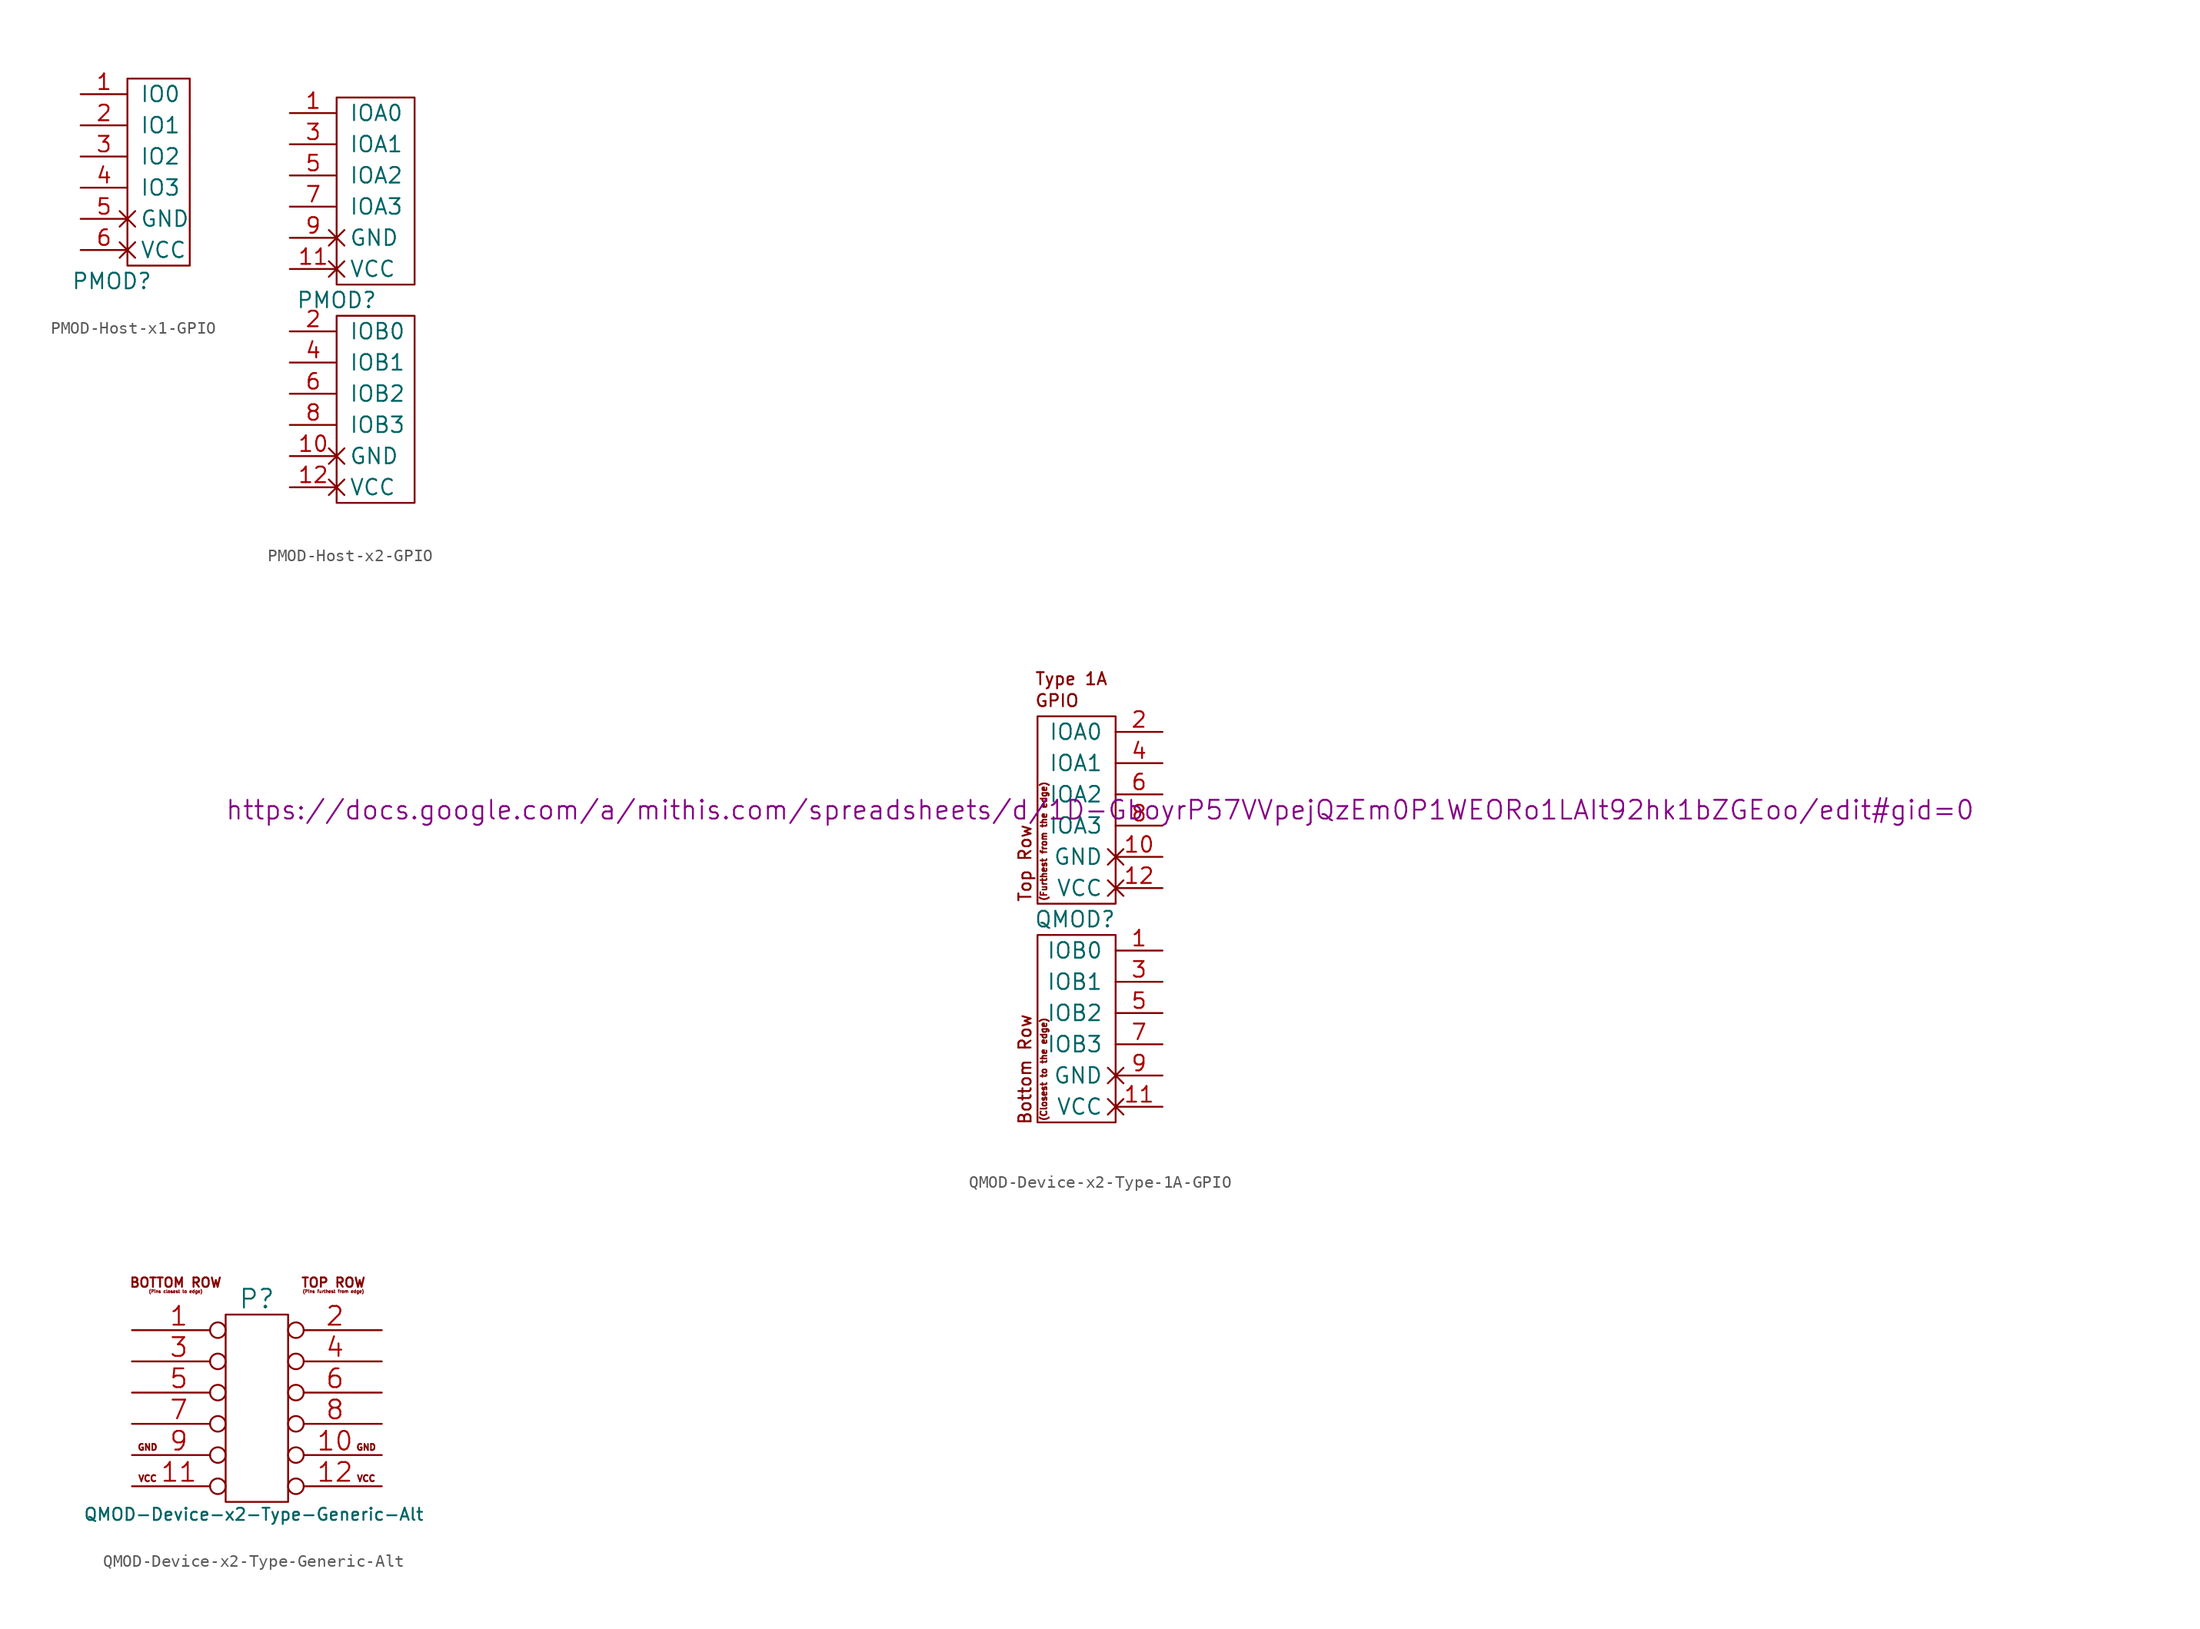
<source format=kicad_sym>
(kicad_symbol_lib
  (version 20231120)
  (generator "kicad_symbol_editor")
  (generator_version "8.0")
  (symbol "PMOD-Host-x1-GPIO"
    (pin_names
      (offset 1.016))
    (property "Reference" "PMOD"
      (at -1.27 -1.27 0)
      (effects (font (size 1.27 1.27))))
    (property "Footprint" ""
      (at 1.27 7.62 0)
      (effects (font (size 1.524 1.524))))
    (property "Datasheet" ""
      (at 1.27 7.62 0)
      (effects (font (size 1.524 1.524))))
    (symbol "PMOD-Host-x1-GPIO_0_1"
      (rectangle (start 0 15.24) (end 5.08 0) (stroke (width 0) (type solid)) (fill (type none))))
    (symbol "PMOD-Host-x1-GPIO_1_1"
      (pin bidirectional line (at -3.81 13.97 0) (length 3.81) (name "IO0" (effects (font (size 1.27 1.27)))) (number "1" (effects (font (size 1.27 1.27)))))
      (pin bidirectional line (at -3.81 11.43 0) (length 3.81) (name "IO1" (effects (font (size 1.27 1.27)))) (number "2" (effects (font (size 1.27 1.27)))))
      (pin bidirectional line (at -3.81 8.89 0) (length 3.81) (name "IO2" (effects (font (size 1.27 1.27)))) (number "3" (effects (font (size 1.27 1.27)))))
      (pin bidirectional line (at -3.81 6.35 0) (length 3.81) (name "IO3" (effects (font (size 1.27 1.27)))) (number "4" (effects (font (size 1.27 1.27)))))
      (pin power_in non_logic (at -3.81 3.81 0) (length 3.81) (name "GND" (effects (font (size 1.27 1.27)))) (number "5" (effects (font (size 1.27 1.27)))))
      (pin power_in non_logic (at -3.81 1.27 0) (length 3.81) (name "VCC" (effects (font (size 1.27 1.27)))) (number "6" (effects (font (size 1.27 1.27)))))))
  (symbol "PMOD-Host-x2-GPIO"
    (pin_names
      (offset 1.016))
    (property "Reference" "PMOD"
      (at 0 -1.27 0)
      (effects (font (size 1.27 1.27))))
    (property "Footprint" ""
      (at 1.27 7.62 0)
      (effects (font (size 1.524 1.524))))
    (property "Datasheet" ""
      (at 1.27 7.62 0)
      (effects (font (size 1.524 1.524))))
    (symbol "PMOD-Host-x2-GPIO_0_1"
      (rectangle (start 0 15.24) (end 6.35 0) (stroke (width 0) (type solid)) (fill (type none)))
      (rectangle (start 6.35 -2.54) (end 0 -17.78) (stroke (width 0) (type solid)) (fill (type none))))
    (symbol "PMOD-Host-x2-GPIO_1_1"
      (pin bidirectional line (at -3.81 13.97 0) (length 3.81) (name "IOA0" (effects (font (size 1.27 1.27)))) (number "1" (effects (font (size 1.27 1.27)))))
      (pin power_in non_logic (at -3.81 -13.97 0) (length 3.81) (name "GND" (effects (font (size 1.27 1.27)))) (number "10" (effects (font (size 1.27 1.27)))))
      (pin power_in non_logic (at -3.81 1.27 0) (length 3.81) (name "VCC" (effects (font (size 1.27 1.27)))) (number "11" (effects (font (size 1.27 1.27)))))
      (pin power_in non_logic (at -3.81 -16.51 0) (length 3.81) (name "VCC" (effects (font (size 1.27 1.27)))) (number "12" (effects (font (size 1.27 1.27)))))
      (pin bidirectional line (at -3.81 -3.81 0) (length 3.81) (name "IOB0" (effects (font (size 1.27 1.27)))) (number "2" (effects (font (size 1.27 1.27)))))
      (pin bidirectional line (at -3.81 11.43 0) (length 3.81) (name "IOA1" (effects (font (size 1.27 1.27)))) (number "3" (effects (font (size 1.27 1.27)))))
      (pin bidirectional line (at -3.81 -6.35 0) (length 3.81) (name "IOB1" (effects (font (size 1.27 1.27)))) (number "4" (effects (font (size 1.27 1.27)))))
      (pin bidirectional line (at -3.81 8.89 0) (length 3.81) (name "IOA2" (effects (font (size 1.27 1.27)))) (number "5" (effects (font (size 1.27 1.27)))))
      (pin bidirectional line (at -3.81 -8.89 0) (length 3.81) (name "IOB2" (effects (font (size 1.27 1.27)))) (number "6" (effects (font (size 1.27 1.27)))))
      (pin bidirectional line (at -3.81 6.35 0) (length 3.81) (name "IOA3" (effects (font (size 1.27 1.27)))) (number "7" (effects (font (size 1.27 1.27)))))
      (pin bidirectional line (at -3.81 -11.43 0) (length 3.81) (name "IOB3" (effects (font (size 1.27 1.27)))) (number "8" (effects (font (size 1.27 1.27)))))
      (pin power_in non_logic (at -3.81 3.81 0) (length 3.81) (name "GND" (effects (font (size 1.27 1.27)))) (number "9" (effects (font (size 1.27 1.27)))))))
  (symbol "QMOD-Device-x2-Type-1A-GPIO"
    (pin_names
      (offset 1.016))
    (property "Reference" "QMOD"
      (at -3.302 -1.27 0)
      (effects (font (size 1.27 1.27))))
    (property "Datasheet" "https://docs.google.com/a/mithis.com/spreadsheets/d/1D-GboyrP57VVpejQzEm0P1WEORo1LAIt92hk1bZGEoo/edit#gid=0"
      (at -1.27 7.62 0)
      (effects (font (size 1.524 1.524))))
    (symbol "QMOD-Device-x2-Type-1A-GPIO_0_0"
      (text "(Closest to the edge)" (at -5.842 -13.462 900) (effects (font (size 0.508 0.508))))
      (text "(Furthest from the edge)" (at -5.842 5.08 900) (effects (font (size 0.508 0.508))))
      (text "Bottom Row" (at -7.366 -13.462 900) (effects (font (size 0.991 0.991))))
      (text "GPIO" (at -6.604 16.51 0) (effects (font (size 0.991 0.991)) (justify left)))
      (text "Top Row" (at -7.366 3.302 900) (effects (font (size 0.991 0.991))))
      (text "Type 1A" (at -6.604 18.288 0) (effects (font (size 0.991 0.991)) (justify left))))
    (symbol "QMOD-Device-x2-Type-1A-GPIO_0_1"
      (rectangle (start -6.35 -2.54) (end 0 -17.78) (stroke (width 0) (type solid)) (fill (type none)))
      (rectangle (start 0 15.24) (end -6.35 0) (stroke (width 0) (type solid)) (fill (type none))))
    (symbol "QMOD-Device-x2-Type-1A-GPIO_1_1"
      (pin bidirectional line (at 3.81 -3.81 180) (length 3.81) (name "IOB0" (effects (font (size 1.27 1.27)))) (number "1" (effects (font (size 1.27 1.27)))))
      (pin power_out non_logic (at 3.81 3.81 180) (length 3.81) (name "GND" (effects (font (size 1.27 1.27)))) (number "10" (effects (font (size 1.27 1.27)))))
      (pin power_out non_logic (at 3.81 -16.51 180) (length 3.81) (name "VCC" (effects (font (size 1.27 1.27)))) (number "11" (effects (font (size 1.27 1.27)))))
      (pin power_out non_logic (at 3.81 1.27 180) (length 3.81) (name "VCC" (effects (font (size 1.27 1.27)))) (number "12" (effects (font (size 1.27 1.27)))))
      (pin bidirectional line (at 3.81 13.97 180) (length 3.81) (name "IOA0" (effects (font (size 1.27 1.27)))) (number "2" (effects (font (size 1.27 1.27)))))
      (pin bidirectional line (at 3.81 -6.35 180) (length 3.81) (name "IOB1" (effects (font (size 1.27 1.27)))) (number "3" (effects (font (size 1.27 1.27)))))
      (pin bidirectional line (at 3.81 11.43 180) (length 3.81) (name "IOA1" (effects (font (size 1.27 1.27)))) (number "4" (effects (font (size 1.27 1.27)))))
      (pin bidirectional line (at 3.81 -8.89 180) (length 3.81) (name "IOB2" (effects (font (size 1.27 1.27)))) (number "5" (effects (font (size 1.27 1.27)))))
      (pin bidirectional line (at 3.81 8.89 180) (length 3.81) (name "IOA2" (effects (font (size 1.27 1.27)))) (number "6" (effects (font (size 1.27 1.27)))))
      (pin bidirectional line (at 3.81 -11.43 180) (length 3.81) (name "IOB3" (effects (font (size 1.27 1.27)))) (number "7" (effects (font (size 1.27 1.27)))))
      (pin bidirectional line (at 3.81 6.35 180) (length 3.81) (name "IOA3" (effects (font (size 1.27 1.27)))) (number "8" (effects (font (size 1.27 1.27)))))
      (pin power_out non_logic (at 3.81 -13.97 180) (length 3.81) (name "GND" (effects (font (size 1.27 1.27)))) (number "9" (effects (font (size 1.27 1.27)))))))
  (symbol "QMOD-Device-x2-Type-Generic-Alt"
    (pin_names
      (offset 1.016) hide)
    (property "Reference" "P"
      (at 2.54 16.51 0)
      (effects (font (size 1.524 1.524))))
    (property "Value" "QMOD-Device-x2-Type-Generic-Alt"
      (at 2.286 -1.016 0)
      (effects (font (size 0.991 0.991))))
    (property "Datasheet" ""
      (at 2.54 7.62 0)
      (effects (font (size 1.524 1.524))))
    (symbol "QMOD-Device-x2-Type-Generic-Alt_0_0"
      (text "(Pins closest to edge)" (at -4.064 17.272 0) (effects (font (size 0.254 0.254)) (justify top)))
      (text "(Pins furthest from edge)" (at 8.763 17.272 0) (effects (font (size 0.254 0.254)) (justify top)))
      (text "BOTTOM ROW" (at -4.064 18.288 0) (effects (font (size 0.762 0.762)) (justify top)))
      (text "GND" (at -6.35 4.445 0) (effects (font (size 0.508 0.508))))
      (text "GND" (at 11.43 4.445 0) (effects (font (size 0.508 0.508))))
      (text "TOP ROW" (at 8.763 18.288 0) (effects (font (size 0.762 0.762)) (justify top)))
      (text "VCC" (at -6.35 1.905 0) (effects (font (size 0.508 0.508))))
      (text "VCC" (at 11.43 1.905 0) (effects (font (size 0.508 0.508)))))
    (symbol "QMOD-Device-x2-Type-Generic-Alt_0_1"
      (rectangle (start 5.08 15.24) (end 0 0) (stroke (width 0) (type solid)) (fill (type none))))
    (symbol "QMOD-Device-x2-Type-Generic-Alt_1_1"
      (pin passive inverted (at -7.62 13.97 0) (length 7.62) (name "P7" (effects (font (size 1.524 1.524)))) (number "1" (effects (font (size 1.524 1.524)))))
      (pin passive inverted (at 12.7 3.81 180) (length 7.62) (name "P5" (effects (font (size 1.524 1.524)))) (number "10" (effects (font (size 1.524 1.524)))))
      (pin passive inverted (at -7.62 1.27 0) (length 7.62) (name "P12" (effects (font (size 1.524 1.524)))) (number "11" (effects (font (size 1.524 1.524)))))
      (pin passive inverted (at 12.7 1.27 180) (length 7.62) (name "P6" (effects (font (size 1.524 1.524)))) (number "12" (effects (font (size 1.524 1.524)))))
      (pin passive inverted (at 12.7 13.97 180) (length 7.62) (name "P1" (effects (font (size 1.524 1.524)))) (number "2" (effects (font (size 1.524 1.524)))))
      (pin passive inverted (at -7.62 11.43 0) (length 7.62) (name "P8" (effects (font (size 1.524 1.524)))) (number "3" (effects (font (size 1.524 1.524)))))
      (pin passive inverted (at 12.7 11.43 180) (length 7.62) (name "P2" (effects (font (size 1.524 1.524)))) (number "4" (effects (font (size 1.524 1.524)))))
      (pin passive inverted (at -7.62 8.89 0) (length 7.62) (name "P9" (effects (font (size 1.524 1.524)))) (number "5" (effects (font (size 1.524 1.524)))))
      (pin passive inverted (at 12.7 8.89 180) (length 7.62) (name "P3" (effects (font (size 1.524 1.524)))) (number "6" (effects (font (size 1.524 1.524)))))
      (pin passive inverted (at -7.62 6.35 0) (length 7.62) (name "P10" (effects (font (size 1.524 1.524)))) (number "7" (effects (font (size 1.524 1.524)))))
      (pin passive inverted (at 12.7 6.35 180) (length 7.62) (name "10" (effects (font (size 1.524 1.524)))) (number "8" (effects (font (size 1.524 1.524)))))
      (pin passive inverted (at -7.62 3.81 0) (length 7.62) (name "P11" (effects (font (size 1.524 1.524)))) (number "9" (effects (font (size 1.524 1.524))))))))
</source>
